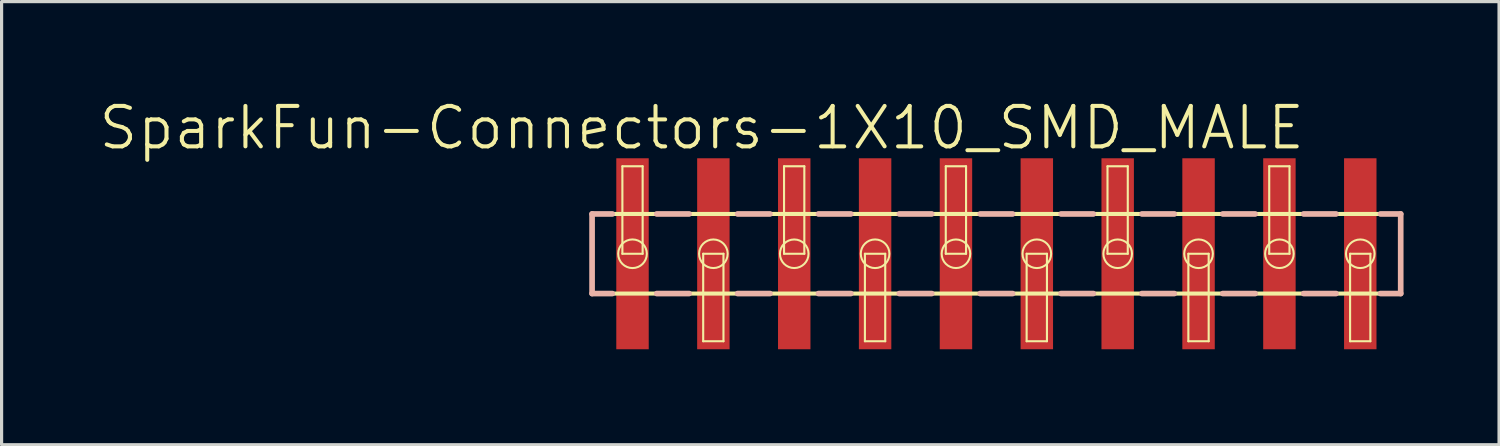
<source format=kicad_pcb>
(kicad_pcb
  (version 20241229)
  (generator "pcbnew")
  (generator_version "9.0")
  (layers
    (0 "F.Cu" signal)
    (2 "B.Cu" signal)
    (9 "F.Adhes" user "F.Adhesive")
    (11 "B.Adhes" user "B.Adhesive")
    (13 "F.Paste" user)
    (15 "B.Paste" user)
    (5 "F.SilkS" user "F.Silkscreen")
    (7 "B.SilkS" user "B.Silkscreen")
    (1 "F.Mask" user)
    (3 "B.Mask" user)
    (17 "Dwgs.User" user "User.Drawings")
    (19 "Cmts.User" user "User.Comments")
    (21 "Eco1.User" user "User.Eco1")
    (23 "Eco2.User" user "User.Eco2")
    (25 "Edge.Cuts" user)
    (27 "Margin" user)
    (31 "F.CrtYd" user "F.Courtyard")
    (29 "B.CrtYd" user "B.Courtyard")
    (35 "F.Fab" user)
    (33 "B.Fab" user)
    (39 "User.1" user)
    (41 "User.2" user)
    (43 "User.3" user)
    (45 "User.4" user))
  (footprint "SparkFun-Connectors-1X10_SMD_MALE"
    (layer "F.Cu")
    (at 16.818 4.921)
    (property "Reference" "SparkFun-Connectors-1X10_SMD_MALE" (at 2.174 -3.955 0) (layer "F.SilkS") (effects (font (size 1.27 1.27) (thickness 0.127))))
    (attr smd)
    (fp_line (start -1.27 -1.25) (end -1.27 1.25) (stroke (width 0.127) (type solid)) (layer "F.SilkS"))
    (fp_line (start -1.27 1.25) (end 24.13 1.25) (stroke (width 0.127) (type solid)) (layer "F.SilkS"))
    (fp_line (start -0.318 -2.748) (end 0.318 -2.748) (stroke (width 0.066) (type solid)) (layer "F.SilkS"))
    (fp_line (start -0.318 0) (end -0.318 -2.748) (stroke (width 0.066) (type solid)) (layer "F.SilkS"))
    (fp_line (start -0.318 0) (end 0.318 0) (stroke (width 0.066) (type solid)) (layer "F.SilkS"))
    (fp_line (start 0.318 0) (end 0.318 -2.748) (stroke (width 0.066) (type solid)) (layer "F.SilkS"))
    (fp_line (start 2.22 0) (end 2.857 0) (stroke (width 0.066) (type solid)) (layer "F.SilkS"))
    (fp_line (start 2.22 2.748) (end 2.22 0) (stroke (width 0.066) (type solid)) (layer "F.SilkS"))
    (fp_line (start 2.22 2.748) (end 2.857 2.748) (stroke (width 0.066) (type solid)) (layer "F.SilkS"))
    (fp_line (start 2.857 2.748) (end 2.857 0) (stroke (width 0.066) (type solid)) (layer "F.SilkS"))
    (fp_line (start 4.76 -2.748) (end 5.397 -2.748) (stroke (width 0.066) (type solid)) (layer "F.SilkS"))
    (fp_line (start 4.76 0) (end 4.76 -2.748) (stroke (width 0.066) (type solid)) (layer "F.SilkS"))
    (fp_line (start 4.76 0) (end 5.397 0) (stroke (width 0.066) (type solid)) (layer "F.SilkS"))
    (fp_line (start 5.397 0) (end 5.397 -2.748) (stroke (width 0.066) (type solid)) (layer "F.SilkS"))
    (fp_line (start 7.3 0) (end 7.938 0) (stroke (width 0.066) (type solid)) (layer "F.SilkS"))
    (fp_line (start 7.3 2.748) (end 7.3 0) (stroke (width 0.066) (type solid)) (layer "F.SilkS"))
    (fp_line (start 7.3 2.748) (end 7.938 2.748) (stroke (width 0.066) (type solid)) (layer "F.SilkS"))
    (fp_line (start 7.938 2.748) (end 7.938 0) (stroke (width 0.066) (type solid)) (layer "F.SilkS"))
    (fp_line (start 9.84 -2.748) (end 10.477 -2.748) (stroke (width 0.066) (type solid)) (layer "F.SilkS"))
    (fp_line (start 9.84 0) (end 9.84 -2.748) (stroke (width 0.066) (type solid)) (layer "F.SilkS"))
    (fp_line (start 9.84 0) (end 10.477 0) (stroke (width 0.066) (type solid)) (layer "F.SilkS"))
    (fp_line (start 10.477 0) (end 10.477 -2.748) (stroke (width 0.066) (type solid)) (layer "F.SilkS"))
    (fp_line (start 12.38 0) (end 13.018 0) (stroke (width 0.066) (type solid)) (layer "F.SilkS"))
    (fp_line (start 12.38 2.748) (end 12.38 0) (stroke (width 0.066) (type solid)) (layer "F.SilkS"))
    (fp_line (start 12.38 2.748) (end 13.018 2.748) (stroke (width 0.066) (type solid)) (layer "F.SilkS"))
    (fp_line (start 13.018 2.748) (end 13.018 0) (stroke (width 0.066) (type solid)) (layer "F.SilkS"))
    (fp_line (start 14.92 -2.748) (end 15.557 -2.748) (stroke (width 0.066) (type solid)) (layer "F.SilkS"))
    (fp_line (start 14.92 0) (end 14.92 -2.748) (stroke (width 0.066) (type solid)) (layer "F.SilkS"))
    (fp_line (start 14.92 0) (end 15.557 0) (stroke (width 0.066) (type solid)) (layer "F.SilkS"))
    (fp_line (start 15.557 0) (end 15.557 -2.748) (stroke (width 0.066) (type solid)) (layer "F.SilkS"))
    (fp_line (start 17.46 0) (end 18.098 0) (stroke (width 0.066) (type solid)) (layer "F.SilkS"))
    (fp_line (start 17.46 2.748) (end 17.46 0) (stroke (width 0.066) (type solid)) (layer "F.SilkS"))
    (fp_line (start 17.46 2.748) (end 18.098 2.748) (stroke (width 0.066) (type solid)) (layer "F.SilkS"))
    (fp_line (start 18.098 2.748) (end 18.098 0) (stroke (width 0.066) (type solid)) (layer "F.SilkS"))
    (fp_line (start 20 -2.748) (end 20.637 -2.748) (stroke (width 0.066) (type solid)) (layer "F.SilkS"))
    (fp_line (start 20 0) (end 20 -2.748) (stroke (width 0.066) (type solid)) (layer "F.SilkS"))
    (fp_line (start 20 0) (end 20.637 0) (stroke (width 0.066) (type solid)) (layer "F.SilkS"))
    (fp_line (start 20.637 0) (end 20.637 -2.748) (stroke (width 0.066) (type solid)) (layer "F.SilkS"))
    (fp_line (start 22.54 0) (end 23.177 0) (stroke (width 0.066) (type solid)) (layer "F.SilkS"))
    (fp_line (start 22.54 2.748) (end 22.54 0) (stroke (width 0.066) (type solid)) (layer "F.SilkS"))
    (fp_line (start 22.54 2.748) (end 23.177 2.748) (stroke (width 0.066) (type solid)) (layer "F.SilkS"))
    (fp_line (start 23.177 2.748) (end 23.177 0) (stroke (width 0.066) (type solid)) (layer "F.SilkS"))
    (fp_line (start 24.13 -1.25) (end -1.27 -1.25) (stroke (width 0.127) (type solid)) (layer "F.SilkS"))
    (fp_line (start 24.13 1.25) (end 24.13 -1.25) (stroke (width 0.127) (type solid)) (layer "F.SilkS"))
    (fp_circle (center 0 0) (end -0.318 0.318) (stroke (width 0.064) (type solid)) (fill no) (layer "F.SilkS"))
    (fp_circle (center 2.54 0) (end 2.857 0.318) (stroke (width 0.064) (type solid)) (fill no) (layer "F.SilkS"))
    (fp_circle (center 5.08 0) (end 5.397 0.318) (stroke (width 0.064) (type solid)) (fill no) (layer "F.SilkS"))
    (fp_circle (center 7.62 0) (end 7.938 0.318) (stroke (width 0.064) (type solid)) (fill no) (layer "F.SilkS"))
    (fp_circle (center 10.16 0) (end 10.477 0.318) (stroke (width 0.064) (type solid)) (fill no) (layer "F.SilkS"))
    (fp_circle (center 12.7 0) (end 13.018 0.318) (stroke (width 0.064) (type solid)) (fill no) (layer "F.SilkS"))
    (fp_circle (center 15.24 0) (end 15.557 0.318) (stroke (width 0.064) (type solid)) (fill no) (layer "F.SilkS"))
    (fp_circle (center 17.78 0) (end 18.098 0.318) (stroke (width 0.064) (type solid)) (fill no) (layer "F.SilkS"))
    (fp_circle (center 20.32 0) (end 20.637 0.318) (stroke (width 0.064) (type solid)) (fill no) (layer "F.SilkS"))
    (fp_circle (center 22.86 0) (end 23.177 0.318) (stroke (width 0.064) (type solid)) (fill no) (layer "F.SilkS"))
    (fp_line (start -1.27 -1.25) (end -1.27 1.25) (stroke (width 0.178) (type solid)) (layer "B.SilkS"))
    (fp_line (start -1.27 -1.25) (end -0.635 -1.25) (stroke (width 0.178) (type solid)) (layer "B.SilkS"))
    (fp_line (start -1.27 1.25) (end -0.635 1.25) (stroke (width 0.178) (type solid)) (layer "B.SilkS"))
    (fp_line (start 0.762 -1.25) (end 1.778 -1.25) (stroke (width 0.178) (type solid)) (layer "B.SilkS"))
    (fp_line (start 1.778 1.25) (end 0.762 1.25) (stroke (width 0.178) (type solid)) (layer "B.SilkS"))
    (fp_line (start 3.302 -1.25) (end 4.318 -1.25) (stroke (width 0.178) (type solid)) (layer "B.SilkS"))
    (fp_line (start 4.318 1.25) (end 3.302 1.25) (stroke (width 0.178) (type solid)) (layer "B.SilkS"))
    (fp_line (start 5.842 -1.25) (end 6.858 -1.25) (stroke (width 0.178) (type solid)) (layer "B.SilkS"))
    (fp_line (start 6.858 1.25) (end 5.842 1.25) (stroke (width 0.178) (type solid)) (layer "B.SilkS"))
    (fp_line (start 8.382 -1.25) (end 9.398 -1.25) (stroke (width 0.178) (type solid)) (layer "B.SilkS"))
    (fp_line (start 9.398 1.25) (end 8.382 1.25) (stroke (width 0.178) (type solid)) (layer "B.SilkS"))
    (fp_line (start 10.922 -1.25) (end 11.938 -1.25) (stroke (width 0.178) (type solid)) (layer "B.SilkS"))
    (fp_line (start 11.938 1.25) (end 10.922 1.25) (stroke (width 0.178) (type solid)) (layer "B.SilkS"))
    (fp_line (start 13.462 -1.25) (end 14.475 -1.25) (stroke (width 0.178) (type solid)) (layer "B.SilkS"))
    (fp_line (start 14.475 1.25) (end 13.462 1.25) (stroke (width 0.178) (type solid)) (layer "B.SilkS"))
    (fp_line (start 16.002 -1.25) (end 17.018 -1.25) (stroke (width 0.178) (type solid)) (layer "B.SilkS"))
    (fp_line (start 17.018 1.25) (end 16.002 1.25) (stroke (width 0.178) (type solid)) (layer "B.SilkS"))
    (fp_line (start 18.542 -1.25) (end 19.558 -1.25) (stroke (width 0.178) (type solid)) (layer "B.SilkS"))
    (fp_line (start 19.558 1.25) (end 18.542 1.25) (stroke (width 0.178) (type solid)) (layer "B.SilkS"))
    (fp_line (start 21.082 -1.25) (end 22.098 -1.25) (stroke (width 0.178) (type solid)) (layer "B.SilkS"))
    (fp_line (start 22.098 1.25) (end 21.082 1.25) (stroke (width 0.178) (type solid)) (layer "B.SilkS"))
    (fp_line (start 24.13 -1.25) (end 23.495 -1.25) (stroke (width 0.178) (type solid)) (layer "B.SilkS"))
    (fp_line (start 24.13 1.25) (end 23.495 1.25) (stroke (width 0.178) (type solid)) (layer "B.SilkS"))
    (fp_line (start 24.13 1.25) (end 24.13 -1.25) (stroke (width 0.178) (type solid)) (layer "B.SilkS"))
    (pad "1" smd rect (at 0 0) (size 1.019 5.999) (layers "F.Cu" "F.Mask" "F.Paste"))
    (pad "2" smd rect (at 2.54 0) (size 1.019 5.999) (layers "F.Cu" "F.Mask" "F.Paste"))
    (pad "3" smd rect (at 5.08 0) (size 1.019 5.999) (layers "F.Cu" "F.Mask" "F.Paste"))
    (pad "4" smd rect (at 7.62 0) (size 1.019 5.999) (layers "F.Cu" "F.Mask" "F.Paste"))
    (pad "5" smd rect (at 10.16 0) (size 1.019 5.999) (layers "F.Cu" "F.Mask" "F.Paste"))
    (pad "6" smd rect (at 12.7 0) (size 1.019 5.999) (layers "F.Cu" "F.Mask" "F.Paste"))
    (pad "7" smd rect (at 15.24 0) (size 1.019 5.999) (layers "F.Cu" "F.Mask" "F.Paste"))
    (pad "8" smd rect (at 17.78 0) (size 1.019 5.999) (layers "F.Cu" "F.Mask" "F.Paste"))
    (pad "9" smd rect (at 20.32 0) (size 1.019 5.999) (layers "F.Cu" "F.Mask" "F.Paste"))
    (pad "10" smd rect (at 22.86 0) (size 1.019 5.999) (layers "F.Cu" "F.Mask" "F.Paste")))
  (gr_rect
    (start -3 -3)
    (end 44.037 10.92)
    (stroke (width 0.1) (type default))
    (fill no)
    (layer "Edge.Cuts")))
</source>
